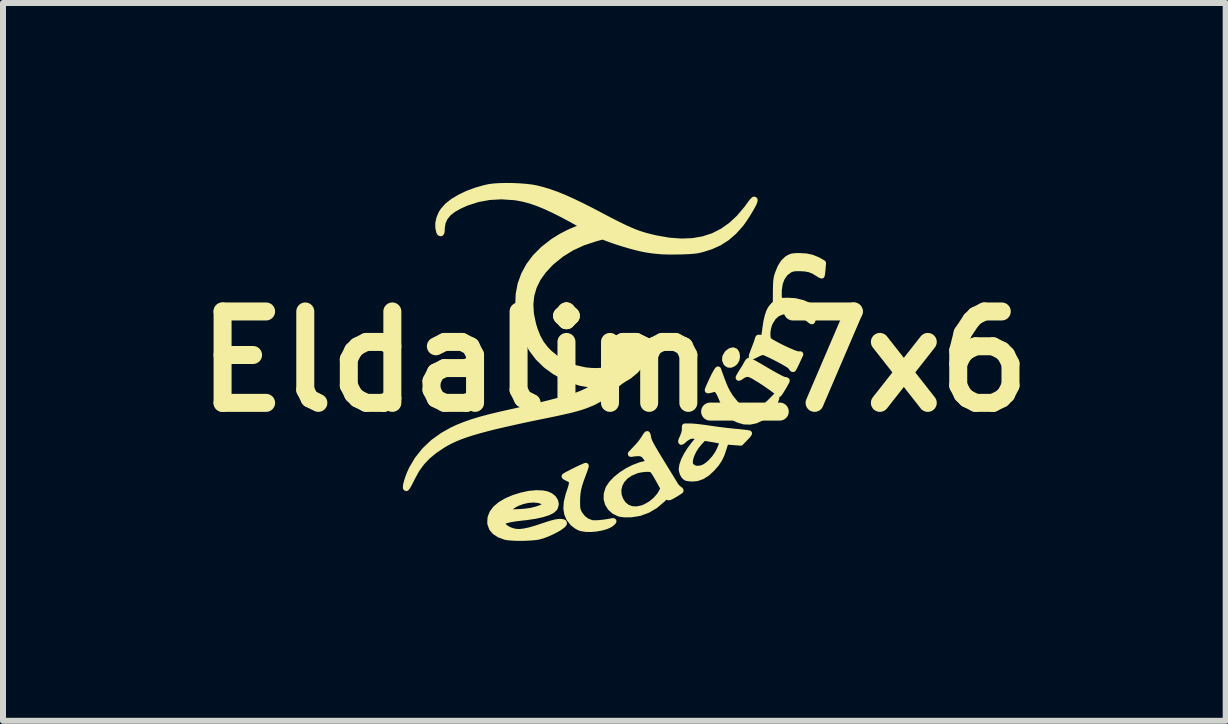
<source format=kicad_pcb>
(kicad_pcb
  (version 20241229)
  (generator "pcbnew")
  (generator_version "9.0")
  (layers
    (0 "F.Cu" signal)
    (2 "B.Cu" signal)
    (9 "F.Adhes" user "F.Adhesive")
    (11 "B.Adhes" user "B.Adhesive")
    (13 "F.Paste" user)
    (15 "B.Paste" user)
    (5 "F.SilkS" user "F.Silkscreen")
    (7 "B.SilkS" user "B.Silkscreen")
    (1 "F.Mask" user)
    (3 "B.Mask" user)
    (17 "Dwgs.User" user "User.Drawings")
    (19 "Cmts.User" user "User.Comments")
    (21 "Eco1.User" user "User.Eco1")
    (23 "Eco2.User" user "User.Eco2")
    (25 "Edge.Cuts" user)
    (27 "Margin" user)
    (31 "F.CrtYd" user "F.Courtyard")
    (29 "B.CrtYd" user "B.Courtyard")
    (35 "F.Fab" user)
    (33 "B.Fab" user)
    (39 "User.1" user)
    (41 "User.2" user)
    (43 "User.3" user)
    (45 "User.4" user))
  (footprint "Eldalim_7x6"
    (layer "F.Cu")
    (at 7.192 2.977)
    (property "Reference" "Eldalim_7x6" (at 0 0 0) (layer "F.SilkS") (effects (font (size 1.524 1.524) (thickness 0.3))))
    (attr through_hole)
    (fp_poly (pts (xy 2.045 -0.081) (xy 2.036 -0.032) (xy 2.012 0.009) (xy 1.978 0.038) (xy 1.939 0.054) (xy 1.901 0.051) (xy 1.869 0.028) (xy 1.866 0.024) (xy 1.845 -0.026) (xy 1.85 -0.079) (xy 1.88 -0.13) (xy 1.89 -0.142) (xy 1.937 -0.176) (xy 1.979 -0.186) (xy 2.014 -0.172) (xy 2.037 -0.137) (xy 2.045 -0.081)) (stroke (width 0.1) (type solid)) (fill yes) (layer "F.SilkS"))
    (fp_poly (pts (xy 2.874 0.318) (xy 2.868 0.335) (xy 2.85 0.367) (xy 2.827 0.409) (xy 2.8 0.454) (xy 2.774 0.496) (xy 2.753 0.527) (xy 2.742 0.541) (xy 2.729 0.536) (xy 2.72 0.52) (xy 2.706 0.504) (xy 2.673 0.476) (xy 2.624 0.439) (xy 2.563 0.397) (xy 2.495 0.35) (xy 2.421 0.303) (xy 2.347 0.258) (xy 2.309 0.235) (xy 2.251 0.209) (xy 2.199 0.206) (xy 2.147 0.227) (xy 2.117 0.248) (xy 2.09 0.266) (xy 2.074 0.271) (xy 2.072 0.268) (xy 2.079 0.251) (xy 2.097 0.219) (xy 2.123 0.176) (xy 2.13 0.164) (xy 2.162 0.115) (xy 2.19 0.068) (xy 2.209 0.033) (xy 2.211 0.03) (xy 2.229 0.001) (xy 2.245 -0.013) (xy 2.248 -0.013) (xy 2.263 -0.007) (xy 2.297 0.012) (xy 2.348 0.04) (xy 2.412 0.076) (xy 2.485 0.119) (xy 2.532 0.147) (xy 2.623 0.2) (xy 2.702 0.244) (xy 2.765 0.277) (xy 2.811 0.299) (xy 2.837 0.307) (xy 2.838 0.307) (xy 2.865 0.311) (xy 2.874 0.318)) (stroke (width 0.1) (type solid)) (fill yes) (layer "F.SilkS"))
    (fp_poly (pts (xy 2.705 0.568) (xy 2.697 0.618) (xy 2.681 0.666) (xy 2.649 0.726) (xy 2.606 0.789) (xy 2.555 0.851) (xy 2.536 0.87) (xy 2.452 0.937) (xy 2.36 0.981) (xy 2.262 1.002) (xy 2.163 0.999) (xy 2.067 0.97) (xy 2.048 0.962) (xy 1.989 0.927) (xy 1.94 0.887) (xy 1.897 0.836) (xy 1.858 0.77) (xy 1.818 0.685) (xy 1.793 0.621) (xy 1.76 0.546) (xy 1.729 0.492) (xy 1.701 0.461) (xy 1.682 0.455) (xy 1.661 0.458) (xy 1.626 0.467) (xy 1.616 0.47) (xy 1.582 0.478) (xy 1.56 0.48) (xy 1.557 0.479) (xy 1.56 0.465) (xy 1.573 0.432) (xy 1.595 0.383) (xy 1.622 0.324) (xy 1.636 0.293) (xy 1.669 0.226) (xy 1.697 0.176) (xy 1.717 0.143) (xy 1.728 0.132) (xy 1.73 0.134) (xy 1.737 0.154) (xy 1.751 0.194) (xy 1.77 0.245) (xy 1.783 0.282) (xy 1.818 0.374) (xy 1.85 0.449) (xy 1.884 0.514) (xy 1.923 0.578) (xy 1.939 0.602) (xy 2.018 0.701) (xy 2.101 0.774) (xy 2.188 0.823) (xy 2.278 0.845) (xy 2.308 0.846) (xy 2.362 0.84) (xy 2.416 0.821) (xy 2.472 0.787) (xy 2.536 0.735) (xy 2.603 0.671) (xy 2.705 0.568)) (stroke (width 0.1) (type solid)) (fill yes) (layer "F.SilkS"))
    (fp_poly (pts (xy -0.015 2.663) (xy -0.024 2.677) (xy -0.026 2.679) (xy -0.069 2.715) (xy -0.133 2.745) (xy -0.211 2.768) (xy -0.298 2.784) (xy -0.387 2.792) (xy -0.472 2.791) (xy -0.548 2.779) (xy -0.574 2.771) (xy -0.619 2.748) (xy -0.669 2.712) (xy -0.696 2.688) (xy -0.752 2.617) (xy -0.786 2.538) (xy -0.8 2.448) (xy -0.793 2.346) (xy -0.765 2.228) (xy -0.751 2.186) (xy -0.726 2.111) (xy -0.711 2.056) (xy -0.706 2.018) (xy -0.712 1.991) (xy -0.728 1.972) (xy -0.755 1.956) (xy -0.769 1.95) (xy -0.803 1.933) (xy -0.825 1.919) (xy -0.829 1.914) (xy -0.818 1.906) (xy -0.787 1.888) (xy -0.743 1.865) (xy -0.691 1.838) (xy -0.635 1.81) (xy -0.58 1.784) (xy -0.532 1.762) (xy -0.496 1.746) (xy -0.477 1.739) (xy -0.476 1.74) (xy -0.479 1.753) (xy -0.489 1.787) (xy -0.506 1.834) (xy -0.524 1.882) (xy -0.56 1.98) (xy -0.586 2.061) (xy -0.604 2.132) (xy -0.614 2.197) (xy -0.62 2.266) (xy -0.621 2.326) (xy -0.621 2.391) (xy -0.618 2.436) (xy -0.613 2.47) (xy -0.602 2.5) (xy -0.585 2.533) (xy -0.582 2.539) (xy -0.529 2.61) (xy -0.461 2.662) (xy -0.383 2.692) (xy -0.367 2.695) (xy -0.32 2.697) (xy -0.255 2.694) (xy -0.178 2.686) (xy -0.098 2.674) (xy -0.053 2.665) (xy -0.024 2.66) (xy -0.015 2.663)) (stroke (width 0.1) (type solid)) (fill yes) (layer "F.SilkS"))
    (fp_poly (pts (xy 2.245 1.198) (xy 2.239 1.21) (xy 2.219 1.235) (xy 2.187 1.269) (xy 2.178 1.278) (xy 2.106 1.353) (xy 1.992 1.344) (xy 1.939 1.34) (xy 1.897 1.336) (xy 1.871 1.333) (xy 1.868 1.333) (xy 1.859 1.343) (xy 1.846 1.374) (xy 1.83 1.42) (xy 1.823 1.443) (xy 1.802 1.506) (xy 1.802 1.333) (xy 1.8 1.328) (xy 1.785 1.323) (xy 1.748 1.315) (xy 1.697 1.305) (xy 1.642 1.295) (xy 1.491 1.27) (xy 1.422 1.343) (xy 1.367 1.409) (xy 1.321 1.481) (xy 1.287 1.552) (xy 1.265 1.62) (xy 1.257 1.68) (xy 1.266 1.726) (xy 1.274 1.739) (xy 1.318 1.775) (xy 1.375 1.79) (xy 1.441 1.783) (xy 1.495 1.765) (xy 1.551 1.73) (xy 1.611 1.677) (xy 1.669 1.613) (xy 1.717 1.544) (xy 1.733 1.517) (xy 1.762 1.458) (xy 1.784 1.404) (xy 1.798 1.361) (xy 1.802 1.333) (xy 1.802 1.506) (xy 1.789 1.544) (xy 1.75 1.627) (xy 1.701 1.702) (xy 1.635 1.778) (xy 1.633 1.781) (xy 1.548 1.86) (xy 1.463 1.914) (xy 1.378 1.944) (xy 1.305 1.951) (xy 1.256 1.948) (xy 1.214 1.942) (xy 1.194 1.936) (xy 1.164 1.909) (xy 1.139 1.865) (xy 1.125 1.815) (xy 1.123 1.793) (xy 1.133 1.728) (xy 1.16 1.649) (xy 1.204 1.562) (xy 1.261 1.471) (xy 1.329 1.38) (xy 1.354 1.35) (xy 1.429 1.263) (xy 1.373 1.246) (xy 1.307 1.235) (xy 1.248 1.246) (xy 1.19 1.281) (xy 1.169 1.299) (xy 1.135 1.329) (xy 1.116 1.339) (xy 1.113 1.33) (xy 1.123 1.299) (xy 1.143 1.255) (xy 1.162 1.206) (xy 1.174 1.157) (xy 1.176 1.133) (xy 1.176 1.083) (xy 1.268 1.083) (xy 1.313 1.085) (xy 1.378 1.091) (xy 1.455 1.1) (xy 1.536 1.111) (xy 1.57 1.116) (xy 1.662 1.129) (xy 1.77 1.144) (xy 1.88 1.157) (xy 1.983 1.168) (xy 2.01 1.171) (xy 2.085 1.178) (xy 2.151 1.185) (xy 2.202 1.191) (xy 2.235 1.196) (xy 2.245 1.198)) (stroke (width 0.1) (type solid)) (fill yes) (layer "F.SilkS"))
    (fp_poly (pts (xy -0.84 2.7) (xy -0.857 2.723) (xy -0.891 2.75) (xy -0.939 2.782) (xy -0.997 2.814) (xy -1.062 2.846) (xy -1.129 2.875) (xy -1.195 2.9) (xy -1.257 2.917) (xy -1.273 2.921) (xy -1.334 2.929) (xy -1.41 2.935) (xy -1.496 2.939) (xy -1.585 2.94) (xy -1.67 2.938) (xy -1.744 2.933) (xy -1.801 2.926) (xy -1.818 2.922) (xy -1.916 2.886) (xy -1.99 2.838) (xy -2.04 2.779) (xy -2.066 2.708) (xy -2.069 2.686) (xy -2.064 2.603) (xy -2.033 2.525) (xy -1.978 2.451) (xy -1.897 2.384) (xy -1.793 2.323) (xy -1.675 2.273) (xy -1.545 2.233) (xy -1.419 2.206) (xy -1.301 2.195) (xy -1.197 2.199) (xy -1.127 2.213) (xy -1.064 2.241) (xy -1.016 2.281) (xy -0.986 2.329) (xy -0.976 2.38) (xy -0.989 2.43) (xy -0.997 2.444) (xy -1.038 2.482) (xy -1.106 2.516) (xy -1.153 2.531) (xy -1.153 2.389) (xy -1.155 2.362) (xy -1.183 2.337) (xy -1.193 2.331) (xy -1.261 2.309) (xy -1.344 2.301) (xy -1.436 2.307) (xy -1.53 2.328) (xy -1.62 2.361) (xy -1.637 2.369) (xy -1.68 2.394) (xy -1.722 2.422) (xy -1.76 2.452) (xy -1.789 2.478) (xy -1.803 2.497) (xy -1.802 2.504) (xy -1.771 2.51) (xy -1.72 2.513) (xy -1.656 2.513) (xy -1.584 2.51) (xy -1.51 2.505) (xy -1.442 2.497) (xy -1.385 2.488) (xy -1.383 2.488) (xy -1.291 2.465) (xy -1.222 2.441) (xy -1.175 2.415) (xy -1.153 2.389) (xy -1.153 2.531) (xy -1.199 2.546) (xy -1.319 2.572) (xy -1.463 2.594) (xy -1.521 2.6) (xy -1.644 2.615) (xy -1.74 2.631) (xy -1.81 2.648) (xy -1.855 2.667) (xy -1.87 2.679) (xy -1.874 2.702) (xy -1.857 2.732) (xy -1.825 2.764) (xy -1.781 2.794) (xy -1.76 2.805) (xy -1.702 2.827) (xy -1.641 2.84) (xy -1.574 2.842) (xy -1.498 2.833) (xy -1.407 2.813) (xy -1.3 2.782) (xy -1.174 2.74) (xy -1.065 2.704) (xy -0.978 2.682) (xy -0.911 2.673) (xy -0.864 2.677) (xy -0.844 2.685) (xy -0.84 2.7)) (stroke (width 0.1) (type solid)) (fill yes) (layer "F.SilkS"))
    (fp_poly (pts (xy 1.103 2.153) (xy 1.089 2.164) (xy 1.058 2.184) (xy 1.016 2.21) (xy 1.001 2.219) (xy 0.952 2.247) (xy 0.921 2.261) (xy 0.902 2.264) (xy 0.894 2.257) (xy 0.884 2.236) (xy 0.883 2.23) (xy 0.874 2.234) (xy 0.85 2.253) (xy 0.82 2.281) (xy 0.82 2.117) (xy 0.734 1.961) (xy 0.695 1.893) (xy 0.662 1.841) (xy 0.636 1.808) (xy 0.622 1.796) (xy 0.575 1.789) (xy 0.513 1.79) (xy 0.442 1.799) (xy 0.373 1.814) (xy 0.36 1.819) (xy 0.262 1.861) (xy 0.182 1.917) (xy 0.122 1.985) (xy 0.083 2.062) (xy 0.066 2.145) (xy 0.073 2.232) (xy 0.101 2.31) (xy 0.151 2.383) (xy 0.214 2.433) (xy 0.288 2.461) (xy 0.373 2.466) (xy 0.465 2.447) (xy 0.527 2.422) (xy 0.615 2.37) (xy 0.694 2.304) (xy 0.757 2.23) (xy 0.782 2.188) (xy 0.82 2.117) (xy 0.82 2.281) (xy 0.816 2.285) (xy 0.797 2.303) (xy 0.679 2.403) (xy 0.554 2.476) (xy 0.421 2.525) (xy 0.281 2.547) (xy 0.261 2.548) (xy 0.169 2.548) (xy 0.099 2.539) (xy 0.08 2.534) (xy -0.001 2.495) (xy -0.064 2.439) (xy -0.107 2.37) (xy -0.129 2.292) (xy -0.127 2.209) (xy -0.101 2.123) (xy -0.095 2.11) (xy -0.043 2.034) (xy 0.029 1.959) (xy 0.119 1.887) (xy 0.22 1.822) (xy 0.328 1.768) (xy 0.438 1.727) (xy 0.53 1.705) (xy 0.586 1.696) (xy 0.544 1.624) (xy 0.507 1.571) (xy 0.468 1.54) (xy 0.421 1.527) (xy 0.356 1.53) (xy 0.351 1.53) (xy 0.275 1.54) (xy 0.369 1.44) (xy 0.415 1.39) (xy 0.457 1.337) (xy 0.49 1.29) (xy 0.501 1.272) (xy 0.523 1.237) (xy 0.54 1.214) (xy 0.548 1.21) (xy 0.555 1.226) (xy 0.562 1.259) (xy 0.565 1.275) (xy 0.57 1.298) (xy 0.581 1.328) (xy 0.6 1.367) (xy 0.628 1.42) (xy 0.667 1.487) (xy 0.717 1.572) (xy 0.779 1.673) (xy 0.833 1.761) (xy 0.884 1.844) (xy 0.93 1.919) (xy 0.968 1.981) (xy 0.997 2.029) (xy 1.014 2.057) (xy 1.017 2.061) (xy 1.043 2.096) (xy 1.071 2.122) (xy 1.078 2.126) (xy 1.099 2.142) (xy 1.103 2.153)) (stroke (width 0.1) (type solid)) (fill yes) (layer "F.SilkS"))
    (fp_poly (pts (xy 3.479 -1.641) (xy 3.471 -1.54) (xy 3.466 -1.491) (xy 3.461 -1.454) (xy 3.457 -1.434) (xy 3.457 -1.434) (xy 3.444 -1.437) (xy 3.416 -1.453) (xy 3.39 -1.47) (xy 3.322 -1.511) (xy 3.256 -1.537) (xy 3.181 -1.551) (xy 3.095 -1.556) (xy 3.033 -1.556) (xy 2.99 -1.552) (xy 2.957 -1.544) (xy 2.925 -1.53) (xy 2.914 -1.524) (xy 2.846 -1.471) (xy 2.794 -1.397) (xy 2.759 -1.306) (xy 2.742 -1.197) (xy 2.741 -1.146) (xy 2.741 -1.084) (xy 2.746 -1.044) (xy 2.759 -1.022) (xy 2.785 -1.012) (xy 2.829 -1.011) (xy 2.874 -1.014) (xy 3.009 -1.007) (xy 3.141 -0.975) (xy 3.248 -0.929) (xy 3.299 -0.902) (xy 3.33 -0.882) (xy 3.344 -0.861) (xy 3.344 -0.833) (xy 3.334 -0.791) (xy 3.328 -0.77) (xy 3.315 -0.724) (xy 3.303 -0.688) (xy 3.296 -0.671) (xy 3.295 -0.671) (xy 3.282 -0.675) (xy 3.258 -0.693) (xy 3.245 -0.705) (xy 3.175 -0.757) (xy 3.088 -0.799) (xy 2.993 -0.829) (xy 2.9 -0.842) (xy 2.883 -0.842) (xy 2.791 -0.831) (xy 2.713 -0.796) (xy 2.648 -0.738) (xy 2.597 -0.657) (xy 2.579 -0.615) (xy 2.561 -0.553) (xy 2.552 -0.486) (xy 2.552 -0.424) (xy 2.561 -0.374) (xy 2.567 -0.361) (xy 2.584 -0.345) (xy 2.622 -0.32) (xy 2.675 -0.291) (xy 2.738 -0.257) (xy 2.806 -0.223) (xy 2.875 -0.191) (xy 2.94 -0.162) (xy 2.997 -0.139) (xy 3.039 -0.124) (xy 3.06 -0.12) (xy 3.1 -0.12) (xy 3.046 -0.003) (xy 3.022 0.048) (xy 3.001 0.091) (xy 2.986 0.118) (xy 2.981 0.125) (xy 2.969 0.123) (xy 2.953 0.101) (xy 2.952 0.099) (xy 2.939 0.082) (xy 2.913 0.06) (xy 2.871 0.034) (xy 2.811 -0.000424) (xy 2.73 -0.044) (xy 2.72 -0.049) (xy 2.65 -0.085) (xy 2.586 -0.116) (xy 2.533 -0.14) (xy 2.495 -0.156) (xy 2.478 -0.16) (xy 2.451 -0.154) (xy 2.411 -0.139) (xy 2.372 -0.12) (xy 2.332 -0.1) (xy 2.303 -0.087) (xy 2.291 -0.085) (xy 2.293 -0.098) (xy 2.304 -0.131) (xy 2.322 -0.179) (xy 2.339 -0.223) (xy 2.361 -0.281) (xy 2.379 -0.33) (xy 2.39 -0.366) (xy 2.393 -0.381) (xy 2.403 -0.397) (xy 2.433 -0.396) (xy 2.474 -0.382) (xy 2.483 -0.382) (xy 2.491 -0.393) (xy 2.498 -0.418) (xy 2.505 -0.462) (xy 2.515 -0.527) (xy 2.517 -0.548) (xy 2.534 -0.661) (xy 2.554 -0.75) (xy 2.577 -0.82) (xy 2.604 -0.876) (xy 2.638 -0.92) (xy 2.643 -0.925) (xy 2.692 -0.975) (xy 2.693 -1.173) (xy 2.695 -1.256) (xy 2.697 -1.319) (xy 2.702 -1.369) (xy 2.71 -1.411) (xy 2.722 -1.453) (xy 2.726 -1.464) (xy 2.769 -1.57) (xy 2.82 -1.652) (xy 2.881 -1.71) (xy 2.899 -1.722) (xy 2.932 -1.739) (xy 2.962 -1.75) (xy 2.997 -1.755) (xy 3.047 -1.758) (xy 3.088 -1.758) (xy 3.197 -1.752) (xy 3.291 -1.732) (xy 3.381 -1.696) (xy 3.421 -1.675) (xy 3.479 -1.641)) (stroke (width 0.1) (type solid)) (fill yes) (layer "F.SilkS"))
    (fp_poly (pts (xy 2.339 -2.685) (xy 2.332 -2.66) (xy 2.313 -2.617) (xy 2.283 -2.563) (xy 2.247 -2.501) (xy 2.207 -2.436) (xy 2.166 -2.374) (xy 2.127 -2.319) (xy 2.106 -2.29) (xy 1.993 -2.164) (xy 1.875 -2.062) (xy 1.748 -1.981) (xy 1.608 -1.918) (xy 1.475 -1.876) (xy 1.424 -1.863) (xy 1.376 -1.853) (xy 1.327 -1.847) (xy 1.269 -1.842) (xy 1.198 -1.838) (xy 1.107 -1.835) (xy 1.086 -1.835) (xy 0.93 -1.833) (xy 0.794 -1.837) (xy 0.67 -1.848) (xy 0.551 -1.864) (xy 0.469 -1.88) (xy 0.376 -1.901) (xy 0.268 -1.93) (xy 0.153 -1.964) (xy 0.041 -1.999) (xy -0.058 -2.033) (xy -0.07 -2.038) (xy -0.196 -2.085) (xy -0.315 -2.052) (xy -0.522 -1.984) (xy -0.711 -1.897) (xy -0.883 -1.791) (xy -1.04 -1.664) (xy -1.068 -1.638) (xy -1.186 -1.511) (xy -1.278 -1.38) (xy -1.344 -1.244) (xy -1.385 -1.101) (xy -1.4 -0.952) (xy -1.391 -0.794) (xy -1.356 -0.626) (xy -1.329 -0.535) (xy -1.28 -0.411) (xy -1.222 -0.305) (xy -1.149 -0.21) (xy -1.082 -0.141) (xy -0.951 -0.035) (xy -0.806 0.049) (xy -0.65 0.11) (xy -0.487 0.147) (xy -0.381 0.157) (xy -0.294 0.159) (xy -0.216 0.155) (xy -0.157 0.148) (xy -0.156 0.148) (xy -0.079 0.132) (xy 0.036 -0.024) (xy 0.127 -0.14) (xy 0.212 -0.235) (xy 0.29 -0.307) (xy 0.36 -0.357) (xy 0.422 -0.384) (xy 0.453 -0.388) (xy 0.481 -0.379) (xy 0.515 -0.355) (xy 0.529 -0.342) (xy 0.56 -0.303) (xy 0.574 -0.259) (xy 0.571 -0.208) (xy 0.55 -0.144) (xy 0.528 -0.096) (xy 0.451 0.037) (xy 0.356 0.15) (xy 0.244 0.243) (xy 0.15 0.299) (xy 0.106 0.328) (xy 0.05 0.372) (xy -0.011 0.427) (xy -0.037 0.453) (xy -0.141 0.547) (xy -0.246 0.623) (xy -0.361 0.684) (xy -0.472 0.729) (xy -0.529 0.749) (xy -0.585 0.767) (xy -0.642 0.783) (xy -0.705 0.8) (xy -0.778 0.818) (xy -0.865 0.837) (xy -0.969 0.86) (xy -1.094 0.886) (xy -1.143 0.896) (xy -1.382 0.945) (xy -1.597 0.991) (xy -1.789 1.034) (xy -1.96 1.073) (xy -2.112 1.111) (xy -2.247 1.147) (xy -2.367 1.182) (xy -2.473 1.216) (xy -2.568 1.25) (xy -2.652 1.284) (xy -2.729 1.32) (xy -2.8 1.357) (xy -2.85 1.386) (xy -2.992 1.48) (xy -3.111 1.578) (xy -3.211 1.683) (xy -3.296 1.799) (xy -3.367 1.929) (xy -3.395 1.986) (xy -3.422 2.037) (xy -3.443 2.075) (xy -3.454 2.092) (xy -3.469 2.11) (xy -3.475 2.105) (xy -3.475 2.084) (xy -3.47 2.048) (xy -3.456 1.995) (xy -3.435 1.932) (xy -3.41 1.866) (xy -3.382 1.805) (xy -3.376 1.791) (xy -3.279 1.628) (xy -3.161 1.481) (xy -3.021 1.348) (xy -2.859 1.232) (xy -2.714 1.15) (xy -2.608 1.1) (xy -2.493 1.054) (xy -2.367 1.01) (xy -2.226 0.967) (xy -2.067 0.925) (xy -1.886 0.882) (xy -1.798 0.862) (xy -1.67 0.834) (xy -1.537 0.803) (xy -1.4 0.771) (xy -1.264 0.738) (xy -1.132 0.706) (xy -1.008 0.674) (xy -0.895 0.645) (xy -0.797 0.619) (xy -0.717 0.596) (xy -0.659 0.578) (xy -0.648 0.574) (xy -0.54 0.532) (xy -0.445 0.488) (xy -0.369 0.443) (xy -0.342 0.423) (xy -0.303 0.392) (xy -0.402 0.383) (xy -0.559 0.357) (xy -0.721 0.306) (xy -0.824 0.261) (xy -0.993 0.169) (xy -1.142 0.06) (xy -1.269 -0.064) (xy -1.376 -0.205) (xy -1.463 -0.364) (xy -1.53 -0.54) (xy -1.578 -0.735) (xy -1.584 -0.767) (xy -1.602 -0.948) (xy -1.595 -1.123) (xy -1.563 -1.29) (xy -1.505 -1.449) (xy -1.423 -1.6) (xy -1.316 -1.742) (xy -1.185 -1.873) (xy -1.031 -1.993) (xy -1.006 -2.011) (xy -0.887 -2.084) (xy -0.762 -2.149) (xy -0.64 -2.202) (xy -0.577 -2.225) (xy -0.548 -2.235) (xy -0.53 -2.242) (xy -0.523 -2.251) (xy -0.529 -2.262) (xy -0.552 -2.279) (xy -0.593 -2.303) (xy -0.654 -2.336) (xy -0.702 -2.363) (xy -0.872 -2.454) (xy -1.024 -2.53) (xy -1.161 -2.593) (xy -1.286 -2.643) (xy -1.402 -2.683) (xy -1.512 -2.712) (xy -1.619 -2.733) (xy -1.671 -2.74) (xy -1.881 -2.754) (xy -2.083 -2.743) (xy -2.278 -2.707) (xy -2.467 -2.646) (xy -2.58 -2.595) (xy -2.687 -2.535) (xy -2.768 -2.471) (xy -2.826 -2.399) (xy -2.862 -2.32) (xy -2.877 -2.23) (xy -2.877 -2.204) (xy -2.88 -2.16) (xy -2.89 -2.14) (xy -2.894 -2.139) (xy -2.909 -2.144) (xy -2.919 -2.162) (xy -2.928 -2.199) (xy -2.935 -2.236) (xy -2.935 -2.308) (xy -2.917 -2.388) (xy -2.884 -2.467) (xy -2.853 -2.516) (xy -2.784 -2.594) (xy -2.691 -2.668) (xy -2.577 -2.736) (xy -2.448 -2.798) (xy -2.305 -2.851) (xy -2.152 -2.894) (xy -2.087 -2.908) (xy -2.015 -2.918) (xy -1.922 -2.924) (xy -1.817 -2.927) (xy -1.704 -2.926) (xy -1.59 -2.921) (xy -1.481 -2.913) (xy -1.384 -2.902) (xy -1.311 -2.889) (xy -1.2 -2.861) (xy -1.087 -2.827) (xy -0.968 -2.785) (xy -0.842 -2.734) (xy -0.704 -2.672) (xy -0.551 -2.599) (xy -0.381 -2.513) (xy -0.299 -2.47) (xy -0.153 -2.393) (xy -0.028 -2.328) (xy 0.08 -2.274) (xy 0.174 -2.228) (xy 0.257 -2.191) (xy 0.332 -2.159) (xy 0.402 -2.133) (xy 0.47 -2.111) (xy 0.539 -2.091) (xy 0.613 -2.072) (xy 0.694 -2.054) (xy 0.695 -2.053) (xy 0.912 -2.015) (xy 1.115 -2) (xy 1.304 -2.007) (xy 1.482 -2.038) (xy 1.648 -2.092) (xy 1.802 -2.17) (xy 1.947 -2.272) (xy 2.082 -2.398) (xy 2.209 -2.548) (xy 2.239 -2.59) (xy 2.281 -2.647) (xy 2.311 -2.683) (xy 2.329 -2.699) (xy 2.338 -2.695) (xy 2.339 -2.685)) (stroke (width 0.1) (type solid)) (fill yes) (layer "F.SilkS")))
  (gr_rect
    (start -3 -3)
    (end 17.384 8.967)
    (stroke (width 0.1) (type default))
    (fill no)
    (layer "Edge.Cuts")))
</source>
